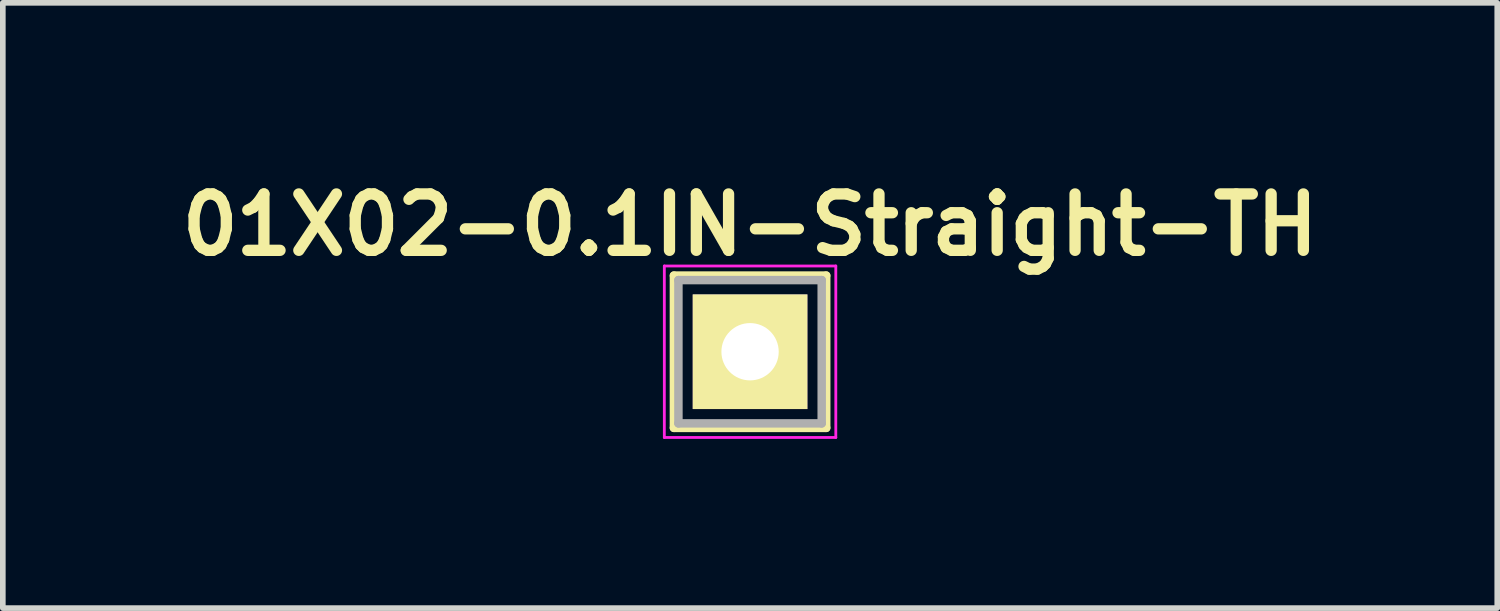
<source format=kicad_pcb>
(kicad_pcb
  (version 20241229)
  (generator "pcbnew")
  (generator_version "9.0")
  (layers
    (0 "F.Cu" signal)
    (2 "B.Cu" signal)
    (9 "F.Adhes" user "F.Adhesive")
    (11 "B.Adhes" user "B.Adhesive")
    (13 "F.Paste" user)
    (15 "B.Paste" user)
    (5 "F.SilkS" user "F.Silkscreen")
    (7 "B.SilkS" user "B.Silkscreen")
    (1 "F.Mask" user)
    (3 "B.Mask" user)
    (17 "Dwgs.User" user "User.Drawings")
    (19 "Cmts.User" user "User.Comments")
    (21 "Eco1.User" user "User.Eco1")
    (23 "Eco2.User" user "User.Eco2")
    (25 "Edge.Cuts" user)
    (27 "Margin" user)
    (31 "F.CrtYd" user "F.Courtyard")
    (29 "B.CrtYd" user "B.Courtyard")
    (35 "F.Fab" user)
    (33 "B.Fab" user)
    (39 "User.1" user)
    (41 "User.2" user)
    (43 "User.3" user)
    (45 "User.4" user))
  (footprint "01X02-0.1IN-Straight-TH"
    (layer "F.Cu")
    (at 10.248 3.186)
    (property "Reference" "01X02-0.1IN-Straight-TH" (at 0 -2.25 0) (layer "F.SilkS") (effects (font (size 1 1) (thickness 0.2))))
    (attr through_hole)
    (fp_line (start -1.35 -1.35) (end -1.35 1.35) (stroke (width 0.15) (type solid)) (layer "F.SilkS"))
    (fp_line (start -1.35 1.35) (end 1.35 1.35) (stroke (width 0.15) (type solid)) (layer "F.SilkS"))
    (fp_line (start 1.35 -1.35) (end -1.35 -1.35) (stroke (width 0.15) (type solid)) (layer "F.SilkS"))
    (fp_line (start 1.35 1.35) (end 1.35 -1.35) (stroke (width 0.15) (type solid)) (layer "F.SilkS"))
    (fp_line (start -1.52 -1.52) (end -1.52 1.52) (stroke (width 0.05) (type solid)) (layer "F.CrtYd"))
    (fp_line (start -1.52 1.52) (end 1.52 1.52) (stroke (width 0.05) (type solid)) (layer "F.CrtYd"))
    (fp_line (start 1.52 -1.52) (end -1.52 -1.52) (stroke (width 0.05) (type solid)) (layer "F.CrtYd"))
    (fp_line (start 1.52 1.52) (end 1.52 -1.52) (stroke (width 0.05) (type solid)) (layer "F.CrtYd"))
    (fp_line (start -1.27 -1.27) (end -1.27 1.27) (stroke (width 0.15) (type solid)) (layer "F.Fab"))
    (fp_line (start -1.27 1.27) (end 1.27 1.27) (stroke (width 0.15) (type solid)) (layer "F.Fab"))
    (fp_line (start 1.27 -1.27) (end -1.27 -1.27) (stroke (width 0.15) (type solid)) (layer "F.Fab"))
    (fp_line (start 1.27 1.27) (end 1.27 -1.27) (stroke (width 0.15) (type solid)) (layer "F.Fab"))
    (pad "1" thru_hole rect (at 0 0) (size 2.032 2.032) (drill 1.016) (layers "*.Cu" "*.Mask" "F.SilkS")))
  (gr_rect
    (start -3 -3)
    (end 23.495 7.731)
    (stroke (width 0.1) (type default))
    (fill no)
    (layer "Edge.Cuts")))
</source>
